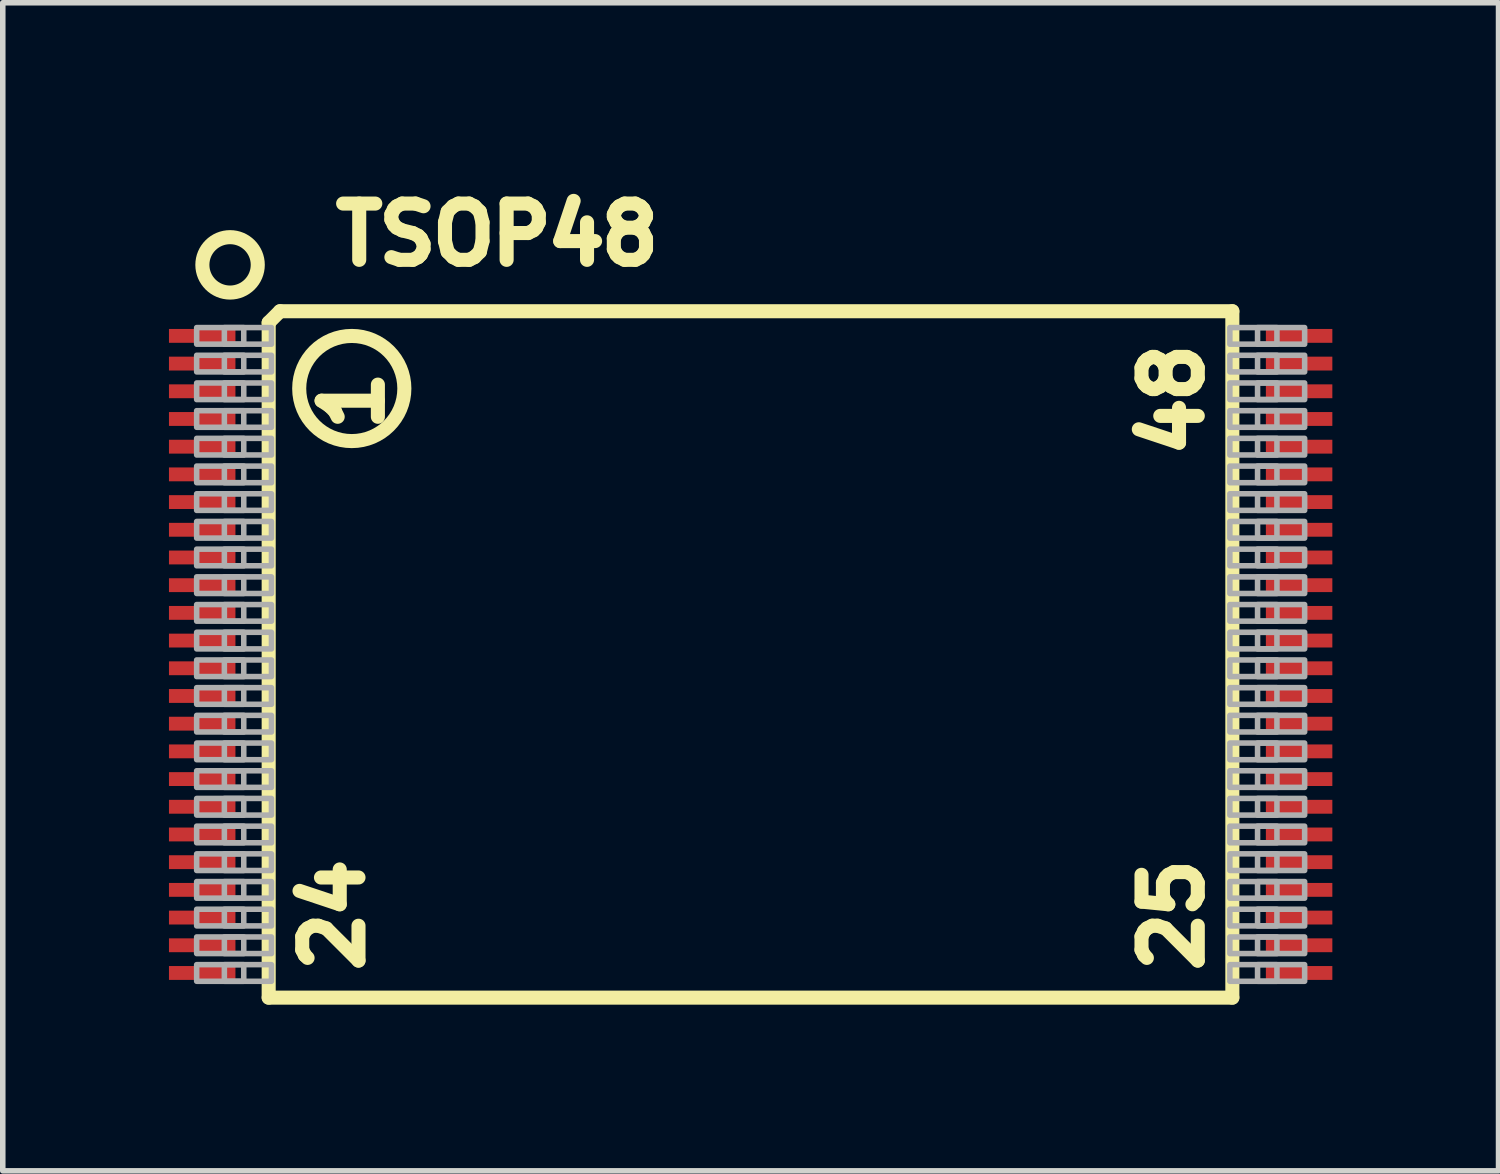
<source format=kicad_pcb>
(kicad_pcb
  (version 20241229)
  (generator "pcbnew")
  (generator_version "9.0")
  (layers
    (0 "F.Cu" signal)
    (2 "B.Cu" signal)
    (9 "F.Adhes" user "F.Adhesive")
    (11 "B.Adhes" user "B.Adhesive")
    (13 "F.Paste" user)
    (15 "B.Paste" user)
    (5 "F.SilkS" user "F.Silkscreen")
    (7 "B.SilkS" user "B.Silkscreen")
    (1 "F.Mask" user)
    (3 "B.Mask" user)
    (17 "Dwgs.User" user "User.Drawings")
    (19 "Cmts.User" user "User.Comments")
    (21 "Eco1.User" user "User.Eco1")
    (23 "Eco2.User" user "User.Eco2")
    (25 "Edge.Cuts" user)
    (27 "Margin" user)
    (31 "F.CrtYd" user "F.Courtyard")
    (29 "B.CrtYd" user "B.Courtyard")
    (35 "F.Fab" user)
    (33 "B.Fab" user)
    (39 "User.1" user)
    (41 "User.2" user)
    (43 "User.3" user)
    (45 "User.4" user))
  (footprint "TSOP48"
    (layer "F.Cu")
    (at 10.5 8.763)
    (property "Reference" "TSOP48" (at -7.62 -6.985 0) (layer "F.SilkS") (effects (font (size 1.016 1.016) (thickness 0.254)) (justify left bottom)))
    (fp_line (start -8.7 -5.99) (end -8.495 -6.195) (stroke (width 0.254) (type solid)) (layer "F.SilkS"))
    (fp_line (start -8.7 6.195) (end -8.7 -5.99) (stroke (width 0.254) (type solid)) (layer "F.SilkS"))
    (fp_line (start -8.495 -6.195) (end 8.695 -6.195) (stroke (width 0.254) (type solid)) (layer "F.SilkS"))
    (fp_line (start 8.695 -6.195) (end 8.695 6.195) (stroke (width 0.254) (type solid)) (layer "F.SilkS"))
    (fp_line (start 8.695 6.195) (end -8.7 6.195) (stroke (width 0.254) (type solid)) (layer "F.SilkS"))
    (fp_circle (center -9.397 -7.032) (end -8.897 -7.032) (stroke (width 0.254) (type solid)) (fill no) (layer "F.SilkS"))
    (fp_circle (center -7.2 -4.8) (end -6.251 -4.8) (stroke (width 0.254) (type solid)) (fill no) (layer "F.SilkS"))
    (fp_poly (pts (xy -10.5 -5.635) (xy -9.3 -5.635) (xy -9.3 -5.865) (xy -10.5 -5.865)) (stroke (width 0) (type solid)) (fill yes) (layer "F.Paste"))
    (fp_poly (pts (xy -10.5 -5.135) (xy -9.3 -5.135) (xy -9.3 -5.365) (xy -10.5 -5.365)) (stroke (width 0) (type solid)) (fill yes) (layer "F.Paste"))
    (fp_poly (pts (xy -10.5 -4.635) (xy -9.3 -4.635) (xy -9.3 -4.865) (xy -10.5 -4.865)) (stroke (width 0) (type solid)) (fill yes) (layer "F.Paste"))
    (fp_poly (pts (xy -10.5 -4.135) (xy -9.3 -4.135) (xy -9.3 -4.365) (xy -10.5 -4.365)) (stroke (width 0) (type solid)) (fill yes) (layer "F.Paste"))
    (fp_poly (pts (xy -10.5 -3.635) (xy -9.3 -3.635) (xy -9.3 -3.865) (xy -10.5 -3.865)) (stroke (width 0) (type solid)) (fill yes) (layer "F.Paste"))
    (fp_poly (pts (xy -10.5 -3.135) (xy -9.3 -3.135) (xy -9.3 -3.365) (xy -10.5 -3.365)) (stroke (width 0) (type solid)) (fill yes) (layer "F.Paste"))
    (fp_poly (pts (xy -10.5 -2.635) (xy -9.3 -2.635) (xy -9.3 -2.865) (xy -10.5 -2.865)) (stroke (width 0) (type solid)) (fill yes) (layer "F.Paste"))
    (fp_poly (pts (xy -10.5 -2.135) (xy -9.3 -2.135) (xy -9.3 -2.365) (xy -10.5 -2.365)) (stroke (width 0) (type solid)) (fill yes) (layer "F.Paste"))
    (fp_poly (pts (xy -10.5 -1.635) (xy -9.3 -1.635) (xy -9.3 -1.865) (xy -10.5 -1.865)) (stroke (width 0) (type solid)) (fill yes) (layer "F.Paste"))
    (fp_poly (pts (xy -10.5 -1.135) (xy -9.3 -1.135) (xy -9.3 -1.365) (xy -10.5 -1.365)) (stroke (width 0) (type solid)) (fill yes) (layer "F.Paste"))
    (fp_poly (pts (xy -10.5 -0.635) (xy -9.3 -0.635) (xy -9.3 -0.865) (xy -10.5 -0.865)) (stroke (width 0) (type solid)) (fill yes) (layer "F.Paste"))
    (fp_poly (pts (xy -10.5 -0.135) (xy -9.3 -0.135) (xy -9.3 -0.365) (xy -10.5 -0.365)) (stroke (width 0) (type solid)) (fill yes) (layer "F.Paste"))
    (fp_poly (pts (xy -10.5 0.365) (xy -9.3 0.365) (xy -9.3 0.135) (xy -10.5 0.135)) (stroke (width 0) (type solid)) (fill yes) (layer "F.Paste"))
    (fp_poly (pts (xy -10.5 0.865) (xy -9.3 0.865) (xy -9.3 0.635) (xy -10.5 0.635)) (stroke (width 0) (type solid)) (fill yes) (layer "F.Paste"))
    (fp_poly (pts (xy -10.5 1.365) (xy -9.3 1.365) (xy -9.3 1.135) (xy -10.5 1.135)) (stroke (width 0) (type solid)) (fill yes) (layer "F.Paste"))
    (fp_poly (pts (xy -10.5 1.865) (xy -9.3 1.865) (xy -9.3 1.635) (xy -10.5 1.635)) (stroke (width 0) (type solid)) (fill yes) (layer "F.Paste"))
    (fp_poly (pts (xy -10.5 2.365) (xy -9.3 2.365) (xy -9.3 2.135) (xy -10.5 2.135)) (stroke (width 0) (type solid)) (fill yes) (layer "F.Paste"))
    (fp_poly (pts (xy -10.5 2.865) (xy -9.3 2.865) (xy -9.3 2.635) (xy -10.5 2.635)) (stroke (width 0) (type solid)) (fill yes) (layer "F.Paste"))
    (fp_poly (pts (xy -10.5 3.365) (xy -9.3 3.365) (xy -9.3 3.135) (xy -10.5 3.135)) (stroke (width 0) (type solid)) (fill yes) (layer "F.Paste"))
    (fp_poly (pts (xy -10.5 3.865) (xy -9.3 3.865) (xy -9.3 3.635) (xy -10.5 3.635)) (stroke (width 0) (type solid)) (fill yes) (layer "F.Paste"))
    (fp_poly (pts (xy -10.5 4.365) (xy -9.3 4.365) (xy -9.3 4.135) (xy -10.5 4.135)) (stroke (width 0) (type solid)) (fill yes) (layer "F.Paste"))
    (fp_poly (pts (xy -10.5 4.865) (xy -9.3 4.865) (xy -9.3 4.635) (xy -10.5 4.635)) (stroke (width 0) (type solid)) (fill yes) (layer "F.Paste"))
    (fp_poly (pts (xy -10.5 5.365) (xy -9.3 5.365) (xy -9.3 5.135) (xy -10.5 5.135)) (stroke (width 0) (type solid)) (fill yes) (layer "F.Paste"))
    (fp_poly (pts (xy -10.5 5.865) (xy -9.3 5.865) (xy -9.3 5.635) (xy -10.5 5.635)) (stroke (width 0) (type solid)) (fill yes) (layer "F.Paste"))
    (fp_poly (pts (xy 9.3 -5.635) (xy 10.5 -5.635) (xy 10.5 -5.865) (xy 9.3 -5.865)) (stroke (width 0) (type solid)) (fill yes) (layer "F.Paste"))
    (fp_poly (pts (xy 9.3 -5.135) (xy 10.5 -5.135) (xy 10.5 -5.365) (xy 9.3 -5.365)) (stroke (width 0) (type solid)) (fill yes) (layer "F.Paste"))
    (fp_poly (pts (xy 9.3 -4.635) (xy 10.5 -4.635) (xy 10.5 -4.865) (xy 9.3 -4.865)) (stroke (width 0) (type solid)) (fill yes) (layer "F.Paste"))
    (fp_poly (pts (xy 9.3 -4.135) (xy 10.5 -4.135) (xy 10.5 -4.365) (xy 9.3 -4.365)) (stroke (width 0) (type solid)) (fill yes) (layer "F.Paste"))
    (fp_poly (pts (xy 9.3 -3.635) (xy 10.5 -3.635) (xy 10.5 -3.865) (xy 9.3 -3.865)) (stroke (width 0) (type solid)) (fill yes) (layer "F.Paste"))
    (fp_poly (pts (xy 9.3 -3.135) (xy 10.5 -3.135) (xy 10.5 -3.365) (xy 9.3 -3.365)) (stroke (width 0) (type solid)) (fill yes) (layer "F.Paste"))
    (fp_poly (pts (xy 9.3 -2.635) (xy 10.5 -2.635) (xy 10.5 -2.865) (xy 9.3 -2.865)) (stroke (width 0) (type solid)) (fill yes) (layer "F.Paste"))
    (fp_poly (pts (xy 9.3 -2.135) (xy 10.5 -2.135) (xy 10.5 -2.365) (xy 9.3 -2.365)) (stroke (width 0) (type solid)) (fill yes) (layer "F.Paste"))
    (fp_poly (pts (xy 9.3 -1.635) (xy 10.5 -1.635) (xy 10.5 -1.865) (xy 9.3 -1.865)) (stroke (width 0) (type solid)) (fill yes) (layer "F.Paste"))
    (fp_poly (pts (xy 9.3 -1.135) (xy 10.5 -1.135) (xy 10.5 -1.365) (xy 9.3 -1.365)) (stroke (width 0) (type solid)) (fill yes) (layer "F.Paste"))
    (fp_poly (pts (xy 9.3 -0.635) (xy 10.5 -0.635) (xy 10.5 -0.865) (xy 9.3 -0.865)) (stroke (width 0) (type solid)) (fill yes) (layer "F.Paste"))
    (fp_poly (pts (xy 9.3 -0.135) (xy 10.5 -0.135) (xy 10.5 -0.365) (xy 9.3 -0.365)) (stroke (width 0) (type solid)) (fill yes) (layer "F.Paste"))
    (fp_poly (pts (xy 9.3 0.365) (xy 10.5 0.365) (xy 10.5 0.135) (xy 9.3 0.135)) (stroke (width 0) (type solid)) (fill yes) (layer "F.Paste"))
    (fp_poly (pts (xy 9.3 0.865) (xy 10.5 0.865) (xy 10.5 0.635) (xy 9.3 0.635)) (stroke (width 0) (type solid)) (fill yes) (layer "F.Paste"))
    (fp_poly (pts (xy 9.3 1.365) (xy 10.5 1.365) (xy 10.5 1.135) (xy 9.3 1.135)) (stroke (width 0) (type solid)) (fill yes) (layer "F.Paste"))
    (fp_poly (pts (xy 9.3 1.865) (xy 10.5 1.865) (xy 10.5 1.635) (xy 9.3 1.635)) (stroke (width 0) (type solid)) (fill yes) (layer "F.Paste"))
    (fp_poly (pts (xy 9.3 2.365) (xy 10.5 2.365) (xy 10.5 2.135) (xy 9.3 2.135)) (stroke (width 0) (type solid)) (fill yes) (layer "F.Paste"))
    (fp_poly (pts (xy 9.3 2.865) (xy 10.5 2.865) (xy 10.5 2.635) (xy 9.3 2.635)) (stroke (width 0) (type solid)) (fill yes) (layer "F.Paste"))
    (fp_poly (pts (xy 9.3 3.365) (xy 10.5 3.365) (xy 10.5 3.135) (xy 9.3 3.135)) (stroke (width 0) (type solid)) (fill yes) (layer "F.Paste"))
    (fp_poly (pts (xy 9.3 3.865) (xy 10.5 3.865) (xy 10.5 3.635) (xy 9.3 3.635)) (stroke (width 0) (type solid)) (fill yes) (layer "F.Paste"))
    (fp_poly (pts (xy 9.3 4.365) (xy 10.5 4.365) (xy 10.5 4.135) (xy 9.3 4.135)) (stroke (width 0) (type solid)) (fill yes) (layer "F.Paste"))
    (fp_poly (pts (xy 9.3 4.865) (xy 10.5 4.865) (xy 10.5 4.635) (xy 9.3 4.635)) (stroke (width 0) (type solid)) (fill yes) (layer "F.Paste"))
    (fp_poly (pts (xy 9.3 5.365) (xy 10.5 5.365) (xy 10.5 5.135) (xy 9.3 5.135)) (stroke (width 0) (type solid)) (fill yes) (layer "F.Paste"))
    (fp_poly (pts (xy 9.3 5.865) (xy 10.5 5.865) (xy 10.5 5.635) (xy 9.3 5.635)) (stroke (width 0) (type solid)) (fill yes) (layer "F.Paste"))
    (fp_poly (pts (xy -10 -5.9) (xy -10 -5.6) (xy -9.15 -5.6) (xy -9.15 -5.9)) (stroke (width 0.1) (type solid)) (fill no) (layer "F.Fab"))
    (fp_poly (pts (xy -10 -5.4) (xy -10 -5.1) (xy -9.15 -5.1) (xy -9.15 -5.4)) (stroke (width 0.1) (type solid)) (fill no) (layer "F.Fab"))
    (fp_poly (pts (xy -10 -4.9) (xy -10 -4.6) (xy -9.15 -4.6) (xy -9.15 -4.9)) (stroke (width 0.1) (type solid)) (fill no) (layer "F.Fab"))
    (fp_poly (pts (xy -10 -4.4) (xy -10 -4.1) (xy -9.15 -4.1) (xy -9.15 -4.4)) (stroke (width 0.1) (type solid)) (fill no) (layer "F.Fab"))
    (fp_poly (pts (xy -10 -3.9) (xy -10 -3.6) (xy -9.15 -3.6) (xy -9.15 -3.9)) (stroke (width 0.1) (type solid)) (fill no) (layer "F.Fab"))
    (fp_poly (pts (xy -10 -3.4) (xy -10 -3.1) (xy -9.15 -3.1) (xy -9.15 -3.4)) (stroke (width 0.1) (type solid)) (fill no) (layer "F.Fab"))
    (fp_poly (pts (xy -10 -2.9) (xy -10 -2.6) (xy -9.15 -2.6) (xy -9.15 -2.9)) (stroke (width 0.1) (type solid)) (fill no) (layer "F.Fab"))
    (fp_poly (pts (xy -10 -2.4) (xy -10 -2.1) (xy -9.15 -2.1) (xy -9.15 -2.4)) (stroke (width 0.1) (type solid)) (fill no) (layer "F.Fab"))
    (fp_poly (pts (xy -10 -1.9) (xy -10 -1.6) (xy -9.15 -1.6) (xy -9.15 -1.9)) (stroke (width 0.1) (type solid)) (fill no) (layer "F.Fab"))
    (fp_poly (pts (xy -10 -1.4) (xy -10 -1.1) (xy -9.15 -1.1) (xy -9.15 -1.4)) (stroke (width 0.1) (type solid)) (fill no) (layer "F.Fab"))
    (fp_poly (pts (xy -10 -0.9) (xy -10 -0.6) (xy -9.15 -0.6) (xy -9.15 -0.9)) (stroke (width 0.1) (type solid)) (fill no) (layer "F.Fab"))
    (fp_poly (pts (xy -10 -0.4) (xy -10 -0.1) (xy -9.15 -0.1) (xy -9.15 -0.4)) (stroke (width 0.1) (type solid)) (fill no) (layer "F.Fab"))
    (fp_poly (pts (xy -10 0.1) (xy -10 0.4) (xy -9.15 0.4) (xy -9.15 0.1)) (stroke (width 0.1) (type solid)) (fill no) (layer "F.Fab"))
    (fp_poly (pts (xy -10 0.6) (xy -10 0.9) (xy -9.15 0.9) (xy -9.15 0.6)) (stroke (width 0.1) (type solid)) (fill no) (layer "F.Fab"))
    (fp_poly (pts (xy -10 1.1) (xy -10 1.4) (xy -9.15 1.4) (xy -9.15 1.1)) (stroke (width 0.1) (type solid)) (fill no) (layer "F.Fab"))
    (fp_poly (pts (xy -10 1.6) (xy -10 1.9) (xy -9.15 1.9) (xy -9.15 1.6)) (stroke (width 0.1) (type solid)) (fill no) (layer "F.Fab"))
    (fp_poly (pts (xy -10 2.1) (xy -10 2.4) (xy -9.15 2.4) (xy -9.15 2.1)) (stroke (width 0.1) (type solid)) (fill no) (layer "F.Fab"))
    (fp_poly (pts (xy -10 2.6) (xy -10 2.9) (xy -9.15 2.9) (xy -9.15 2.6)) (stroke (width 0.1) (type solid)) (fill no) (layer "F.Fab"))
    (fp_poly (pts (xy -10 3.1) (xy -10 3.4) (xy -9.15 3.4) (xy -9.15 3.1)) (stroke (width 0.1) (type solid)) (fill no) (layer "F.Fab"))
    (fp_poly (pts (xy -10 3.6) (xy -10 3.9) (xy -9.15 3.9) (xy -9.15 3.6)) (stroke (width 0.1) (type solid)) (fill no) (layer "F.Fab"))
    (fp_poly (pts (xy -10 4.1) (xy -10 4.4) (xy -9.15 4.4) (xy -9.15 4.1)) (stroke (width 0.1) (type solid)) (fill no) (layer "F.Fab"))
    (fp_poly (pts (xy -10 4.6) (xy -10 4.9) (xy -9.15 4.9) (xy -9.15 4.6)) (stroke (width 0.1) (type solid)) (fill no) (layer "F.Fab"))
    (fp_poly (pts (xy -10 5.1) (xy -10 5.4) (xy -9.15 5.4) (xy -9.15 5.1)) (stroke (width 0.1) (type solid)) (fill no) (layer "F.Fab"))
    (fp_poly (pts (xy -10 5.6) (xy -10 5.9) (xy -9.15 5.9) (xy -9.15 5.6)) (stroke (width 0.1) (type solid)) (fill no) (layer "F.Fab"))
    (fp_poly (pts (xy -9.5 -5.9) (xy -9.5 -5.6) (xy -8.65 -5.6) (xy -8.65 -5.9)) (stroke (width 0.1) (type solid)) (fill no) (layer "F.Fab"))
    (fp_poly (pts (xy -9.5 -5.4) (xy -9.5 -5.1) (xy -8.65 -5.1) (xy -8.65 -5.4)) (stroke (width 0.1) (type solid)) (fill no) (layer "F.Fab"))
    (fp_poly (pts (xy -9.5 -4.9) (xy -9.5 -4.6) (xy -8.65 -4.6) (xy -8.65 -4.9)) (stroke (width 0.1) (type solid)) (fill no) (layer "F.Fab"))
    (fp_poly (pts (xy -9.5 -4.4) (xy -9.5 -4.1) (xy -8.65 -4.1) (xy -8.65 -4.4)) (stroke (width 0.1) (type solid)) (fill no) (layer "F.Fab"))
    (fp_poly (pts (xy -9.5 -3.9) (xy -9.5 -3.6) (xy -8.65 -3.6) (xy -8.65 -3.9)) (stroke (width 0.1) (type solid)) (fill no) (layer "F.Fab"))
    (fp_poly (pts (xy -9.5 -3.4) (xy -9.5 -3.1) (xy -8.65 -3.1) (xy -8.65 -3.4)) (stroke (width 0.1) (type solid)) (fill no) (layer "F.Fab"))
    (fp_poly (pts (xy -9.5 -2.9) (xy -9.5 -2.6) (xy -8.65 -2.6) (xy -8.65 -2.9)) (stroke (width 0.1) (type solid)) (fill no) (layer "F.Fab"))
    (fp_poly (pts (xy -9.5 -2.4) (xy -9.5 -2.1) (xy -8.65 -2.1) (xy -8.65 -2.4)) (stroke (width 0.1) (type solid)) (fill no) (layer "F.Fab"))
    (fp_poly (pts (xy -9.5 -1.9) (xy -9.5 -1.6) (xy -8.65 -1.6) (xy -8.65 -1.9)) (stroke (width 0.1) (type solid)) (fill no) (layer "F.Fab"))
    (fp_poly (pts (xy -9.5 -1.4) (xy -9.5 -1.1) (xy -8.65 -1.1) (xy -8.65 -1.4)) (stroke (width 0.1) (type solid)) (fill no) (layer "F.Fab"))
    (fp_poly (pts (xy -9.5 -0.9) (xy -9.5 -0.6) (xy -8.65 -0.6) (xy -8.65 -0.9)) (stroke (width 0.1) (type solid)) (fill no) (layer "F.Fab"))
    (fp_poly (pts (xy -9.5 -0.4) (xy -9.5 -0.1) (xy -8.65 -0.1) (xy -8.65 -0.4)) (stroke (width 0.1) (type solid)) (fill no) (layer "F.Fab"))
    (fp_poly (pts (xy -9.5 0.1) (xy -9.5 0.4) (xy -8.65 0.4) (xy -8.65 0.1)) (stroke (width 0.1) (type solid)) (fill no) (layer "F.Fab"))
    (fp_poly (pts (xy -9.5 0.6) (xy -9.5 0.9) (xy -8.65 0.9) (xy -8.65 0.6)) (stroke (width 0.1) (type solid)) (fill no) (layer "F.Fab"))
    (fp_poly (pts (xy -9.5 1.1) (xy -9.5 1.4) (xy -8.65 1.4) (xy -8.65 1.1)) (stroke (width 0.1) (type solid)) (fill no) (layer "F.Fab"))
    (fp_poly (pts (xy -9.5 1.6) (xy -9.5 1.9) (xy -8.65 1.9) (xy -8.65 1.6)) (stroke (width 0.1) (type solid)) (fill no) (layer "F.Fab"))
    (fp_poly (pts (xy -9.5 2.1) (xy -9.5 2.4) (xy -8.65 2.4) (xy -8.65 2.1)) (stroke (width 0.1) (type solid)) (fill no) (layer "F.Fab"))
    (fp_poly (pts (xy -9.5 2.6) (xy -9.5 2.9) (xy -8.65 2.9) (xy -8.65 2.6)) (stroke (width 0.1) (type solid)) (fill no) (layer "F.Fab"))
    (fp_poly (pts (xy -9.5 3.1) (xy -9.5 3.4) (xy -8.65 3.4) (xy -8.65 3.1)) (stroke (width 0.1) (type solid)) (fill no) (layer "F.Fab"))
    (fp_poly (pts (xy -9.5 3.6) (xy -9.5 3.9) (xy -8.65 3.9) (xy -8.65 3.6)) (stroke (width 0.1) (type solid)) (fill no) (layer "F.Fab"))
    (fp_poly (pts (xy -9.5 4.1) (xy -9.5 4.4) (xy -8.65 4.4) (xy -8.65 4.1)) (stroke (width 0.1) (type solid)) (fill no) (layer "F.Fab"))
    (fp_poly (pts (xy -9.5 4.6) (xy -9.5 4.9) (xy -8.65 4.9) (xy -8.65 4.6)) (stroke (width 0.1) (type solid)) (fill no) (layer "F.Fab"))
    (fp_poly (pts (xy -9.5 5.1) (xy -9.5 5.4) (xy -8.65 5.4) (xy -8.65 5.1)) (stroke (width 0.1) (type solid)) (fill no) (layer "F.Fab"))
    (fp_poly (pts (xy -9.5 5.6) (xy -9.5 5.9) (xy -8.65 5.9) (xy -8.65 5.6)) (stroke (width 0.1) (type solid)) (fill no) (layer "F.Fab"))
    (fp_poly (pts (xy 8.65 -5.9) (xy 8.65 -5.6) (xy 9.5 -5.6) (xy 9.5 -5.9)) (stroke (width 0.1) (type solid)) (fill no) (layer "F.Fab"))
    (fp_poly (pts (xy 8.65 -5.4) (xy 8.65 -5.1) (xy 9.5 -5.1) (xy 9.5 -5.4)) (stroke (width 0.1) (type solid)) (fill no) (layer "F.Fab"))
    (fp_poly (pts (xy 8.65 -4.9) (xy 8.65 -4.6) (xy 9.5 -4.6) (xy 9.5 -4.9)) (stroke (width 0.1) (type solid)) (fill no) (layer "F.Fab"))
    (fp_poly (pts (xy 8.65 -4.4) (xy 8.65 -4.1) (xy 9.5 -4.1) (xy 9.5 -4.4)) (stroke (width 0.1) (type solid)) (fill no) (layer "F.Fab"))
    (fp_poly (pts (xy 8.65 -3.9) (xy 8.65 -3.6) (xy 9.5 -3.6) (xy 9.5 -3.9)) (stroke (width 0.1) (type solid)) (fill no) (layer "F.Fab"))
    (fp_poly (pts (xy 8.65 -3.4) (xy 8.65 -3.1) (xy 9.5 -3.1) (xy 9.5 -3.4)) (stroke (width 0.1) (type solid)) (fill no) (layer "F.Fab"))
    (fp_poly (pts (xy 8.65 -2.9) (xy 8.65 -2.6) (xy 9.5 -2.6) (xy 9.5 -2.9)) (stroke (width 0.1) (type solid)) (fill no) (layer "F.Fab"))
    (fp_poly (pts (xy 8.65 -2.4) (xy 8.65 -2.1) (xy 9.5 -2.1) (xy 9.5 -2.4)) (stroke (width 0.1) (type solid)) (fill no) (layer "F.Fab"))
    (fp_poly (pts (xy 8.65 -1.9) (xy 8.65 -1.6) (xy 9.5 -1.6) (xy 9.5 -1.9)) (stroke (width 0.1) (type solid)) (fill no) (layer "F.Fab"))
    (fp_poly (pts (xy 8.65 -1.4) (xy 8.65 -1.1) (xy 9.5 -1.1) (xy 9.5 -1.4)) (stroke (width 0.1) (type solid)) (fill no) (layer "F.Fab"))
    (fp_poly (pts (xy 8.65 -0.9) (xy 8.65 -0.6) (xy 9.5 -0.6) (xy 9.5 -0.9)) (stroke (width 0.1) (type solid)) (fill no) (layer "F.Fab"))
    (fp_poly (pts (xy 8.65 -0.4) (xy 8.65 -0.1) (xy 9.5 -0.1) (xy 9.5 -0.4)) (stroke (width 0.1) (type solid)) (fill no) (layer "F.Fab"))
    (fp_poly (pts (xy 8.65 0.1) (xy 8.65 0.4) (xy 9.5 0.4) (xy 9.5 0.1)) (stroke (width 0.1) (type solid)) (fill no) (layer "F.Fab"))
    (fp_poly (pts (xy 8.65 0.6) (xy 8.65 0.9) (xy 9.5 0.9) (xy 9.5 0.6)) (stroke (width 0.1) (type solid)) (fill no) (layer "F.Fab"))
    (fp_poly (pts (xy 8.65 1.1) (xy 8.65 1.4) (xy 9.5 1.4) (xy 9.5 1.1)) (stroke (width 0.1) (type solid)) (fill no) (layer "F.Fab"))
    (fp_poly (pts (xy 8.65 1.6) (xy 8.65 1.9) (xy 9.5 1.9) (xy 9.5 1.6)) (stroke (width 0.1) (type solid)) (fill no) (layer "F.Fab"))
    (fp_poly (pts (xy 8.65 2.1) (xy 8.65 2.4) (xy 9.5 2.4) (xy 9.5 2.1)) (stroke (width 0.1) (type solid)) (fill no) (layer "F.Fab"))
    (fp_poly (pts (xy 8.65 2.6) (xy 8.65 2.9) (xy 9.5 2.9) (xy 9.5 2.6)) (stroke (width 0.1) (type solid)) (fill no) (layer "F.Fab"))
    (fp_poly (pts (xy 8.65 3.1) (xy 8.65 3.4) (xy 9.5 3.4) (xy 9.5 3.1)) (stroke (width 0.1) (type solid)) (fill no) (layer "F.Fab"))
    (fp_poly (pts (xy 8.65 3.6) (xy 8.65 3.9) (xy 9.5 3.9) (xy 9.5 3.6)) (stroke (width 0.1) (type solid)) (fill no) (layer "F.Fab"))
    (fp_poly (pts (xy 8.65 4.1) (xy 8.65 4.4) (xy 9.5 4.4) (xy 9.5 4.1)) (stroke (width 0.1) (type solid)) (fill no) (layer "F.Fab"))
    (fp_poly (pts (xy 8.65 4.6) (xy 8.65 4.9) (xy 9.5 4.9) (xy 9.5 4.6)) (stroke (width 0.1) (type solid)) (fill no) (layer "F.Fab"))
    (fp_poly (pts (xy 8.65 5.1) (xy 8.65 5.4) (xy 9.5 5.4) (xy 9.5 5.1)) (stroke (width 0.1) (type solid)) (fill no) (layer "F.Fab"))
    (fp_poly (pts (xy 8.65 5.6) (xy 8.65 5.9) (xy 9.5 5.9) (xy 9.5 5.6)) (stroke (width 0.1) (type solid)) (fill no) (layer "F.Fab"))
    (fp_poly (pts (xy 9.15 -5.9) (xy 9.15 -5.6) (xy 10 -5.6) (xy 10 -5.9)) (stroke (width 0.1) (type solid)) (fill no) (layer "F.Fab"))
    (fp_poly (pts (xy 9.15 -5.4) (xy 9.15 -5.1) (xy 10 -5.1) (xy 10 -5.4)) (stroke (width 0.1) (type solid)) (fill no) (layer "F.Fab"))
    (fp_poly (pts (xy 9.15 -4.9) (xy 9.15 -4.6) (xy 10 -4.6) (xy 10 -4.9)) (stroke (width 0.1) (type solid)) (fill no) (layer "F.Fab"))
    (fp_poly (pts (xy 9.15 -4.4) (xy 9.15 -4.1) (xy 10 -4.1) (xy 10 -4.4)) (stroke (width 0.1) (type solid)) (fill no) (layer "F.Fab"))
    (fp_poly (pts (xy 9.15 -3.9) (xy 9.15 -3.6) (xy 10 -3.6) (xy 10 -3.9)) (stroke (width 0.1) (type solid)) (fill no) (layer "F.Fab"))
    (fp_poly (pts (xy 9.15 -3.4) (xy 9.15 -3.1) (xy 10 -3.1) (xy 10 -3.4)) (stroke (width 0.1) (type solid)) (fill no) (layer "F.Fab"))
    (fp_poly (pts (xy 9.15 -2.9) (xy 9.15 -2.6) (xy 10 -2.6) (xy 10 -2.9)) (stroke (width 0.1) (type solid)) (fill no) (layer "F.Fab"))
    (fp_poly (pts (xy 9.15 -2.4) (xy 9.15 -2.1) (xy 10 -2.1) (xy 10 -2.4)) (stroke (width 0.1) (type solid)) (fill no) (layer "F.Fab"))
    (fp_poly (pts (xy 9.15 -1.9) (xy 9.15 -1.6) (xy 10 -1.6) (xy 10 -1.9)) (stroke (width 0.1) (type solid)) (fill no) (layer "F.Fab"))
    (fp_poly (pts (xy 9.15 -1.4) (xy 9.15 -1.1) (xy 10 -1.1) (xy 10 -1.4)) (stroke (width 0.1) (type solid)) (fill no) (layer "F.Fab"))
    (fp_poly (pts (xy 9.15 -0.9) (xy 9.15 -0.6) (xy 10 -0.6) (xy 10 -0.9)) (stroke (width 0.1) (type solid)) (fill no) (layer "F.Fab"))
    (fp_poly (pts (xy 9.15 -0.4) (xy 9.15 -0.1) (xy 10 -0.1) (xy 10 -0.4)) (stroke (width 0.1) (type solid)) (fill no) (layer "F.Fab"))
    (fp_poly (pts (xy 9.15 0.1) (xy 9.15 0.4) (xy 10 0.4) (xy 10 0.1)) (stroke (width 0.1) (type solid)) (fill no) (layer "F.Fab"))
    (fp_poly (pts (xy 9.15 0.6) (xy 9.15 0.9) (xy 10 0.9) (xy 10 0.6)) (stroke (width 0.1) (type solid)) (fill no) (layer "F.Fab"))
    (fp_poly (pts (xy 9.15 1.1) (xy 9.15 1.4) (xy 10 1.4) (xy 10 1.1)) (stroke (width 0.1) (type solid)) (fill no) (layer "F.Fab"))
    (fp_poly (pts (xy 9.15 1.6) (xy 9.15 1.9) (xy 10 1.9) (xy 10 1.6)) (stroke (width 0.1) (type solid)) (fill no) (layer "F.Fab"))
    (fp_poly (pts (xy 9.15 2.1) (xy 9.15 2.4) (xy 10 2.4) (xy 10 2.1)) (stroke (width 0.1) (type solid)) (fill no) (layer "F.Fab"))
    (fp_poly (pts (xy 9.15 2.6) (xy 9.15 2.9) (xy 10 2.9) (xy 10 2.6)) (stroke (width 0.1) (type solid)) (fill no) (layer "F.Fab"))
    (fp_poly (pts (xy 9.15 3.1) (xy 9.15 3.4) (xy 10 3.4) (xy 10 3.1)) (stroke (width 0.1) (type solid)) (fill no) (layer "F.Fab"))
    (fp_poly (pts (xy 9.15 3.6) (xy 9.15 3.9) (xy 10 3.9) (xy 10 3.6)) (stroke (width 0.1) (type solid)) (fill no) (layer "F.Fab"))
    (fp_poly (pts (xy 9.15 4.1) (xy 9.15 4.4) (xy 10 4.4) (xy 10 4.1)) (stroke (width 0.1) (type solid)) (fill no) (layer "F.Fab"))
    (fp_poly (pts (xy 9.15 4.6) (xy 9.15 4.9) (xy 10 4.9) (xy 10 4.6)) (stroke (width 0.1) (type solid)) (fill no) (layer "F.Fab"))
    (fp_poly (pts (xy 9.15 5.1) (xy 9.15 5.4) (xy 10 5.4) (xy 10 5.1)) (stroke (width 0.1) (type solid)) (fill no) (layer "F.Fab"))
    (fp_poly (pts (xy 9.15 5.6) (xy 9.15 5.9) (xy 10 5.9) (xy 10 5.6)) (stroke (width 0.1) (type solid)) (fill no) (layer "F.Fab"))
    (fp_text user "25" (at 7.02 3.569 90) (layer "F.SilkS") (effects (font (size 1.016 1.016) (thickness 0.254)) (justify right top)))
    (fp_text user "24" (at -8.13 3.569 90) (layer "F.SilkS") (effects (font (size 1.016 1.016) (thickness 0.254)) (justify right top)))
    (fp_text user "1" (at -7.78 -5.231 90) (layer "F.SilkS") (effects (font (size 1.016 1.016) (thickness 0.254)) (justify right top)))
    (fp_text user "48" (at 7.02 -5.731 90) (layer "F.SilkS") (effects (font (size 1.016 1.016) (thickness 0.254)) (justify right top)))
    (pad "1" smd rect (at -9.9 -5.75 270) (size 0.25 1.2) (layers "F.Cu" "F.Mask"))
    (pad "2" smd rect (at -9.9 -5.25 270) (size 0.25 1.2) (layers "F.Cu" "F.Mask"))
    (pad "3" smd rect (at -9.9 -4.75 270) (size 0.25 1.2) (layers "F.Cu" "F.Mask"))
    (pad "4" smd rect (at -9.9 -4.25 270) (size 0.25 1.2) (layers "F.Cu" "F.Mask"))
    (pad "5" smd rect (at -9.9 -3.75 270) (size 0.25 1.2) (layers "F.Cu" "F.Mask"))
    (pad "6" smd rect (at -9.9 -3.25 270) (size 0.25 1.2) (layers "F.Cu" "F.Mask"))
    (pad "7" smd rect (at -9.9 -2.75 270) (size 0.25 1.2) (layers "F.Cu" "F.Mask"))
    (pad "8" smd rect (at -9.9 -2.25 270) (size 0.25 1.2) (layers "F.Cu" "F.Mask"))
    (pad "9" smd rect (at -9.9 -1.75 270) (size 0.25 1.2) (layers "F.Cu" "F.Mask"))
    (pad "10" smd rect (at -9.9 -1.25 270) (size 0.25 1.2) (layers "F.Cu" "F.Mask"))
    (pad "11" smd rect (at -9.9 -0.75 270) (size 0.25 1.2) (layers "F.Cu" "F.Mask"))
    (pad "12" smd rect (at -9.9 -0.25 270) (size 0.25 1.2) (layers "F.Cu" "F.Mask"))
    (pad "13" smd rect (at -9.9 0.25 270) (size 0.25 1.2) (layers "F.Cu" "F.Mask"))
    (pad "14" smd rect (at -9.9 0.75 270) (size 0.25 1.2) (layers "F.Cu" "F.Mask"))
    (pad "15" smd rect (at -9.9 1.25 270) (size 0.25 1.2) (layers "F.Cu" "F.Mask"))
    (pad "16" smd rect (at -9.9 1.75 270) (size 0.25 1.2) (layers "F.Cu" "F.Mask"))
    (pad "17" smd rect (at -9.9 2.25 270) (size 0.25 1.2) (layers "F.Cu" "F.Mask"))
    (pad "18" smd rect (at -9.9 2.75 270) (size 0.25 1.2) (layers "F.Cu" "F.Mask"))
    (pad "19" smd rect (at -9.9 3.25 270) (size 0.25 1.2) (layers "F.Cu" "F.Mask"))
    (pad "20" smd rect (at -9.9 3.75 270) (size 0.25 1.2) (layers "F.Cu" "F.Mask"))
    (pad "21" smd rect (at -9.9 4.25 270) (size 0.25 1.2) (layers "F.Cu" "F.Mask"))
    (pad "22" smd rect (at -9.9 4.75 270) (size 0.25 1.2) (layers "F.Cu" "F.Mask"))
    (pad "23" smd rect (at -9.9 5.25 270) (size 0.25 1.2) (layers "F.Cu" "F.Mask"))
    (pad "24" smd rect (at -9.9 5.75 270) (size 0.25 1.2) (layers "F.Cu" "F.Mask"))
    (pad "25" smd rect (at 9.9 5.75 270) (size 0.25 1.2) (layers "F.Cu" "F.Mask"))
    (pad "26" smd rect (at 9.9 5.25 270) (size 0.25 1.2) (layers "F.Cu" "F.Mask"))
    (pad "27" smd rect (at 9.9 4.75 270) (size 0.25 1.2) (layers "F.Cu" "F.Mask"))
    (pad "28" smd rect (at 9.9 4.25 270) (size 0.25 1.2) (layers "F.Cu" "F.Mask"))
    (pad "29" smd rect (at 9.9 3.75 270) (size 0.25 1.2) (layers "F.Cu" "F.Mask"))
    (pad "30" smd rect (at 9.9 3.25 270) (size 0.25 1.2) (layers "F.Cu" "F.Mask"))
    (pad "31" smd rect (at 9.9 2.75 270) (size 0.25 1.2) (layers "F.Cu" "F.Mask"))
    (pad "32" smd rect (at 9.9 2.25 270) (size 0.25 1.2) (layers "F.Cu" "F.Mask"))
    (pad "33" smd rect (at 9.9 1.75 270) (size 0.25 1.2) (layers "F.Cu" "F.Mask"))
    (pad "34" smd rect (at 9.9 1.25 270) (size 0.25 1.2) (layers "F.Cu" "F.Mask"))
    (pad "35" smd rect (at 9.9 0.75 270) (size 0.25 1.2) (layers "F.Cu" "F.Mask"))
    (pad "36" smd rect (at 9.9 0.25 270) (size 0.25 1.2) (layers "F.Cu" "F.Mask"))
    (pad "37" smd rect (at 9.9 -0.25 270) (size 0.25 1.2) (layers "F.Cu" "F.Mask"))
    (pad "38" smd rect (at 9.9 -0.75 270) (size 0.25 1.2) (layers "F.Cu" "F.Mask"))
    (pad "39" smd rect (at 9.9 -1.25 270) (size 0.25 1.2) (layers "F.Cu" "F.Mask"))
    (pad "40" smd rect (at 9.9 -1.75 270) (size 0.25 1.2) (layers "F.Cu" "F.Mask"))
    (pad "41" smd rect (at 9.9 -2.25 270) (size 0.25 1.2) (layers "F.Cu" "F.Mask"))
    (pad "42" smd rect (at 9.9 -2.75 270) (size 0.25 1.2) (layers "F.Cu" "F.Mask"))
    (pad "43" smd rect (at 9.9 -3.25 270) (size 0.25 1.2) (layers "F.Cu" "F.Mask"))
    (pad "44" smd rect (at 9.9 -3.75 270) (size 0.25 1.2) (layers "F.Cu" "F.Mask"))
    (pad "45" smd rect (at 9.9 -4.25 270) (size 0.25 1.2) (layers "F.Cu" "F.Mask"))
    (pad "46" smd rect (at 9.9 -4.75 270) (size 0.25 1.2) (layers "F.Cu" "F.Mask"))
    (pad "47" smd rect (at 9.9 -5.25 270) (size 0.25 1.2) (layers "F.Cu" "F.Mask"))
    (pad "48" smd rect (at 9.9 -5.75 270) (size 0.25 1.2) (layers "F.Cu" "F.Mask")))
  (gr_rect
    (start -3 -3)
    (end 24 18.085)
    (stroke (width 0.1) (type default))
    (fill no)
    (layer "Edge.Cuts")))
</source>
